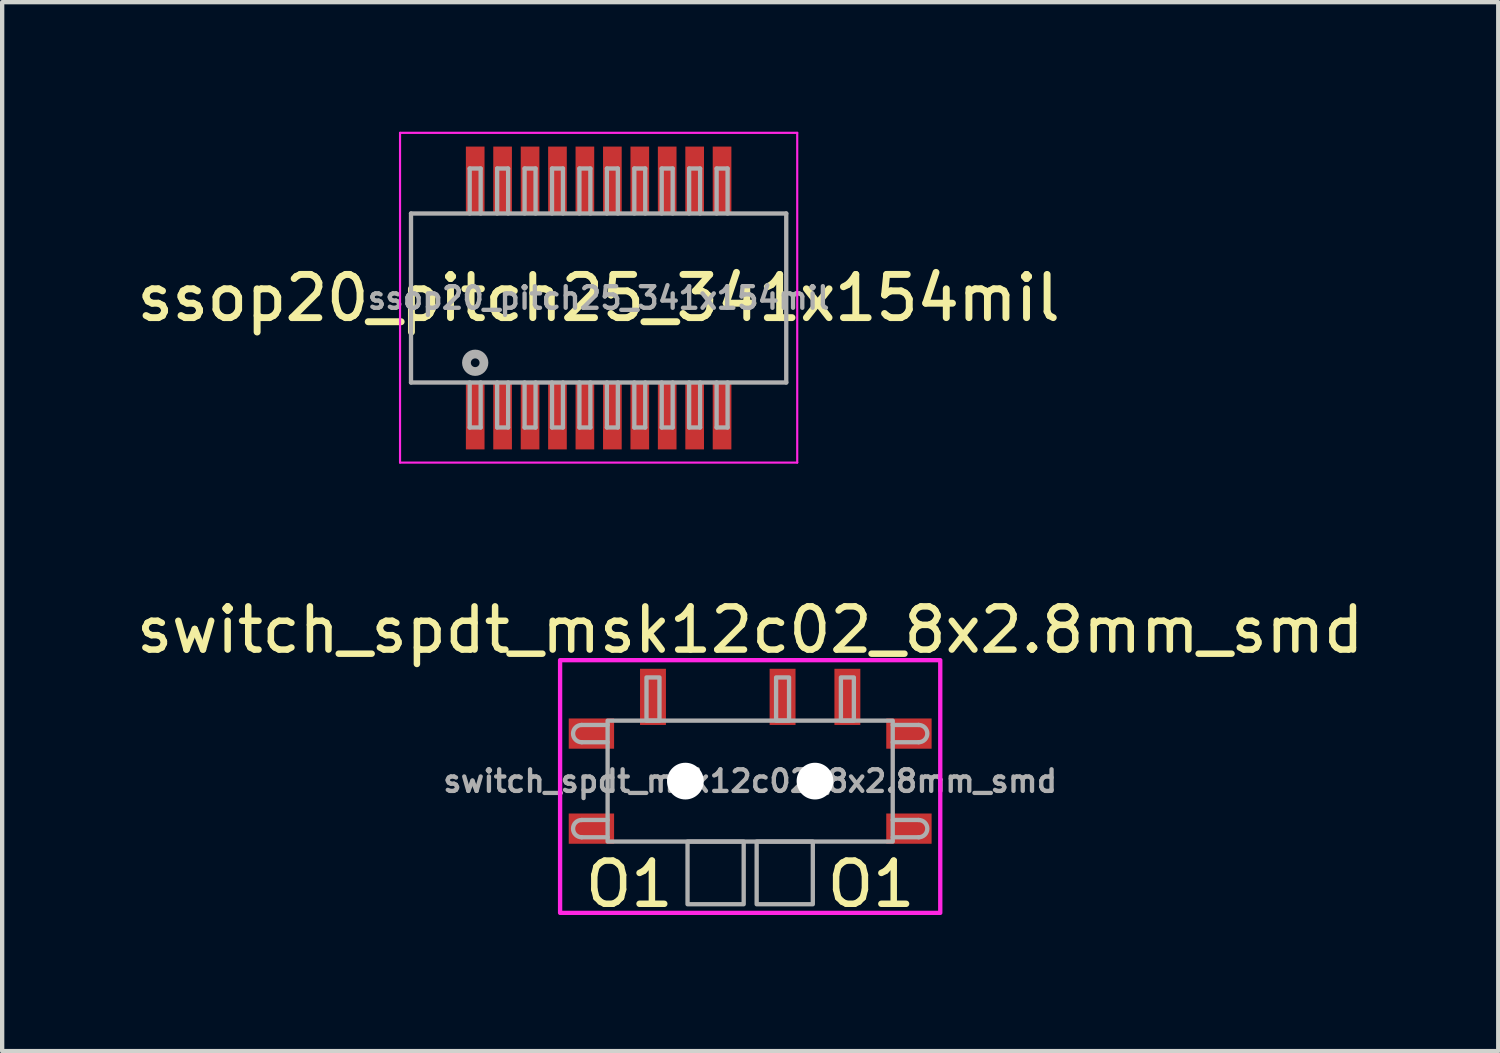
<source format=kicad_pcb>
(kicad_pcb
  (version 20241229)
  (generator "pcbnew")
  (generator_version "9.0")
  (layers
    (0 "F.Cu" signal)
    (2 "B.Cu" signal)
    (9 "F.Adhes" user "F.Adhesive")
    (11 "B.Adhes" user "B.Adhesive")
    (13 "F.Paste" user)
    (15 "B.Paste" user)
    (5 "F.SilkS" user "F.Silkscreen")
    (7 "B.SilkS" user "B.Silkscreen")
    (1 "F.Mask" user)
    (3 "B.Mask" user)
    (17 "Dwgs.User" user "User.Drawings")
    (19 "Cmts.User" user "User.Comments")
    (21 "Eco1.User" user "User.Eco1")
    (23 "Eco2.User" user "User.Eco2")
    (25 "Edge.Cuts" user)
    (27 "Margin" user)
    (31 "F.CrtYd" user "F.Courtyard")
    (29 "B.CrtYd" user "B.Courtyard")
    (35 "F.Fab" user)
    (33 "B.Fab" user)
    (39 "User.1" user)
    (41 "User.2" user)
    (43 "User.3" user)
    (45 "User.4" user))
  (footprint "switch_spdt_msk12c02_8x2.8mm_smd"
    (layer "F.Cu")
    (at 14.315 15.031)
    (property "Reference" "switch_spdt_msk12c02_8x2.8mm_smd" (at 0 -3.5 0) (layer "F.SilkS") (effects (font (size 1 1) (thickness 0.15))))
    (attr smd)
    (fp_rect (start -4.4 -2.8) (end 4.4 3.05) (stroke (width 0.1) (type solid)) (fill no) (layer "F.CrtYd"))
    (fp_line (start -3.9 -1.3) (end -3.3 -1.3) (stroke (width 0.1) (type default)) (layer "F.Fab"))
    (fp_line (start -3.9 -0.9) (end -3.3 -0.9) (stroke (width 0.1) (type default)) (layer "F.Fab"))
    (fp_line (start -3.9 0.9) (end -3.3 0.9) (stroke (width 0.1) (type default)) (layer "F.Fab"))
    (fp_line (start -3.9 1.3) (end -3.3 1.3) (stroke (width 0.1) (type default)) (layer "F.Fab"))
    (fp_line (start 3.9 -1.3) (end 3.3 -1.3) (stroke (width 0.1) (type default)) (layer "F.Fab"))
    (fp_line (start 3.9 -0.9) (end 3.3 -0.9) (stroke (width 0.1) (type default)) (layer "F.Fab"))
    (fp_line (start 3.9 0.9) (end 3.3 0.9) (stroke (width 0.1) (type default)) (layer "F.Fab"))
    (fp_line (start 3.9 1.3) (end 3.3 1.3) (stroke (width 0.1) (type default)) (layer "F.Fab"))
    (fp_rect (start -3.3 -1.4) (end 3.3 1.4) (stroke (width 0.1) (type solid)) (fill no) (layer "F.Fab"))
    (fp_rect (start -2.4 -2.4) (end -2.1 -1.4) (stroke (width 0.1) (type solid)) (fill no) (layer "F.Fab"))
    (fp_rect (start -1.45 1.4) (end -0.15 2.85) (stroke (width 0.1) (type default)) (fill no) (layer "F.Fab"))
    (fp_rect (start 0.15 1.4) (end 1.45 2.85) (stroke (width 0.1) (type default)) (fill no) (layer "F.Fab"))
    (fp_rect (start 0.6 -2.4) (end 0.9 -1.4) (stroke (width 0.1) (type solid)) (fill no) (layer "F.Fab"))
    (fp_rect (start 2.1 -2.4) (end 2.4 -1.4) (stroke (width 0.1) (type solid)) (fill no) (layer "F.Fab"))
    (fp_arc (start -3.9 -0.9) (mid -4.1 -1.1) (end -3.9 -1.3) (stroke (width 0.1) (type default)) (layer "F.Fab"))
    (fp_arc (start -3.9 1.3) (mid -4.1 1.1) (end -3.9 0.9) (stroke (width 0.1) (type default)) (layer "F.Fab"))
    (fp_arc (start 3.9 -1.3) (mid 4.1 -1.1) (end 3.9 -0.9) (stroke (width 0.1) (type default)) (layer "F.Fab"))
    (fp_arc (start 3.9 0.9) (mid 4.1 1.1) (end 3.9 1.3) (stroke (width 0.1) (type default)) (layer "F.Fab"))
    (fp_text user "O1" (at 1.7 1.8 0) (unlocked yes) (layer "F.SilkS") (effects (font (size 1 1) (thickness 0.15)) (justify left top)))
    (fp_text user "O1" (at -1.7 1.8 0) (unlocked yes) (layer "F.SilkS") (effects (font (size 1 1) (thickness 0.15)) (justify right top)))
    (fp_text user "${REFERENCE}" (at 0 0 0) (layer "F.Fab") (effects (font (size 0.5 0.5) (thickness 0.1) (bold yes))))
    (pad "" np_thru_hole circle (at -1.5 0) (size 0.85 0.85) (drill 0.85) (layers "*.Cu" "*.Mask"))
    (pad "" np_thru_hole circle (at 1.5 0) (size 0.85 0.85) (drill 0.85) (layers "*.Cu" "*.Mask"))
    (pad "1" smd rect (at -2.25 -1.95) (size 0.6 1.3) (layers "F.Cu" "F.Mask" "F.Paste"))
    (pad "2" smd rect (at 0.75 -1.95) (size 0.6 1.3) (layers "F.Cu" "F.Mask" "F.Paste"))
    (pad "3" smd rect (at 2.25 -1.95) (size 0.6 1.3) (layers "F.Cu" "F.Mask" "F.Paste"))
    (pad "4" smd rect (at -3.675 -1.1) (size 1.05 0.7) (layers "F.Cu" "F.Mask" "F.Paste"))
    (pad "5" smd rect (at -3.675 1.1) (size 1.05 0.7) (layers "F.Cu" "F.Mask" "F.Paste"))
    (pad "6" smd rect (at 3.675 -1.1) (size 1.05 0.7) (layers "F.Cu" "F.Mask" "F.Paste"))
    (pad "7" smd rect (at 3.675 1.1) (size 1.05 0.7) (layers "F.Cu" "F.Mask" "F.Paste")))
  (footprint "ssop20_pitch25_341x154mil"
    (layer "F.Cu")
    (at 10.807 3.848)
    (property "Reference" "ssop20_pitch25_341x154mil" (at 0 0 0) (layer "F.SilkS") (effects (font (size 1 1) (thickness 0.16))))
    (attr smd)
    (fp_rect (start -3.124 -3.556) (end 3.124 -1.93) (stroke (width 0) (type solid)) (fill yes) (layer "F.Mask"))
    (fp_rect (start -3.124 1.93) (end 3.124 3.556) (stroke (width 0) (type solid)) (fill yes) (layer "F.Mask"))
    (fp_line (start -4.597 -3.823) (end 4.597 -3.823) (stroke (width 0.05) (type solid)) (layer "F.CrtYd"))
    (fp_line (start -4.597 3.81) (end -4.597 -3.823) (stroke (width 0.05) (type solid)) (layer "F.CrtYd"))
    (fp_line (start 4.597 -3.823) (end 4.597 3.81) (stroke (width 0.05) (type solid)) (layer "F.CrtYd"))
    (fp_line (start 4.597 3.81) (end -4.597 3.81) (stroke (width 0.05) (type solid)) (layer "F.CrtYd"))
    (fp_line (start -4.343 -1.956) (end 4.343 -1.956) (stroke (width 0.1) (type solid)) (layer "F.Fab"))
    (fp_line (start -4.343 1.956) (end -4.343 -1.956) (stroke (width 0.1) (type solid)) (layer "F.Fab"))
    (fp_line (start -2.985 -2.997) (end -2.985 -1.956) (stroke (width 0.1) (type solid)) (layer "F.Fab"))
    (fp_line (start -2.985 1.956) (end -2.985 2.997) (stroke (width 0.1) (type solid)) (layer "F.Fab"))
    (fp_line (start -2.985 2.997) (end -2.731 2.997) (stroke (width 0.1) (type solid)) (layer "F.Fab"))
    (fp_line (start -2.731 -2.997) (end -2.985 -2.997) (stroke (width 0.1) (type solid)) (layer "F.Fab"))
    (fp_line (start -2.731 -1.956) (end -2.731 -2.997) (stroke (width 0.1) (type solid)) (layer "F.Fab"))
    (fp_line (start -2.731 2.997) (end -2.731 1.956) (stroke (width 0.1) (type solid)) (layer "F.Fab"))
    (fp_line (start -2.349 -2.997) (end -2.349 -1.956) (stroke (width 0.1) (type solid)) (layer "F.Fab"))
    (fp_line (start -2.349 1.956) (end -2.349 2.997) (stroke (width 0.1) (type solid)) (layer "F.Fab"))
    (fp_line (start -2.349 2.997) (end -2.095 2.997) (stroke (width 0.1) (type solid)) (layer "F.Fab"))
    (fp_line (start -2.095 -2.997) (end -2.349 -2.997) (stroke (width 0.1) (type solid)) (layer "F.Fab"))
    (fp_line (start -2.095 -1.956) (end -2.095 -2.997) (stroke (width 0.1) (type solid)) (layer "F.Fab"))
    (fp_line (start -2.095 2.997) (end -2.095 1.956) (stroke (width 0.1) (type solid)) (layer "F.Fab"))
    (fp_line (start -1.714 -2.997) (end -1.714 -1.956) (stroke (width 0.1) (type solid)) (layer "F.Fab"))
    (fp_line (start -1.714 1.956) (end -1.714 2.997) (stroke (width 0.1) (type solid)) (layer "F.Fab"))
    (fp_line (start -1.714 2.997) (end -1.46 2.997) (stroke (width 0.1) (type solid)) (layer "F.Fab"))
    (fp_line (start -1.46 -2.997) (end -1.714 -2.997) (stroke (width 0.1) (type solid)) (layer "F.Fab"))
    (fp_line (start -1.46 -1.956) (end -1.46 -2.997) (stroke (width 0.1) (type solid)) (layer "F.Fab"))
    (fp_line (start -1.46 2.997) (end -1.46 1.956) (stroke (width 0.1) (type solid)) (layer "F.Fab"))
    (fp_line (start -1.079 -2.997) (end -1.079 -1.956) (stroke (width 0.1) (type solid)) (layer "F.Fab"))
    (fp_line (start -1.079 1.956) (end -1.079 2.997) (stroke (width 0.1) (type solid)) (layer "F.Fab"))
    (fp_line (start -1.079 2.997) (end -0.826 2.997) (stroke (width 0.1) (type solid)) (layer "F.Fab"))
    (fp_line (start -0.826 -2.997) (end -1.079 -2.997) (stroke (width 0.1) (type solid)) (layer "F.Fab"))
    (fp_line (start -0.826 -1.956) (end -0.826 -2.997) (stroke (width 0.1) (type solid)) (layer "F.Fab"))
    (fp_line (start -0.826 2.997) (end -0.826 1.956) (stroke (width 0.1) (type solid)) (layer "F.Fab"))
    (fp_line (start -0.445 -2.997) (end -0.445 -1.956) (stroke (width 0.1) (type solid)) (layer "F.Fab"))
    (fp_line (start -0.445 1.956) (end -0.445 2.997) (stroke (width 0.1) (type solid)) (layer "F.Fab"))
    (fp_line (start -0.445 2.997) (end -0.191 2.997) (stroke (width 0.1) (type solid)) (layer "F.Fab"))
    (fp_line (start -0.191 -2.997) (end -0.445 -2.997) (stroke (width 0.1) (type solid)) (layer "F.Fab"))
    (fp_line (start -0.191 -1.956) (end -0.191 -2.997) (stroke (width 0.1) (type solid)) (layer "F.Fab"))
    (fp_line (start -0.191 2.997) (end -0.191 1.956) (stroke (width 0.1) (type solid)) (layer "F.Fab"))
    (fp_line (start 0.191 -2.997) (end 0.191 -1.956) (stroke (width 0.1) (type solid)) (layer "F.Fab"))
    (fp_line (start 0.191 1.956) (end 0.191 2.997) (stroke (width 0.1) (type solid)) (layer "F.Fab"))
    (fp_line (start 0.191 2.997) (end 0.445 2.997) (stroke (width 0.1) (type solid)) (layer "F.Fab"))
    (fp_line (start 0.445 -2.997) (end 0.191 -2.997) (stroke (width 0.1) (type solid)) (layer "F.Fab"))
    (fp_line (start 0.445 -1.956) (end 0.445 -2.997) (stroke (width 0.1) (type solid)) (layer "F.Fab"))
    (fp_line (start 0.445 2.997) (end 0.445 1.956) (stroke (width 0.1) (type solid)) (layer "F.Fab"))
    (fp_line (start 0.826 -2.997) (end 0.826 -1.956) (stroke (width 0.1) (type solid)) (layer "F.Fab"))
    (fp_line (start 0.826 1.956) (end 0.826 2.997) (stroke (width 0.1) (type solid)) (layer "F.Fab"))
    (fp_line (start 0.826 2.997) (end 1.079 2.997) (stroke (width 0.1) (type solid)) (layer "F.Fab"))
    (fp_line (start 1.079 -2.997) (end 0.826 -2.997) (stroke (width 0.1) (type solid)) (layer "F.Fab"))
    (fp_line (start 1.079 -1.956) (end 1.079 -2.997) (stroke (width 0.1) (type solid)) (layer "F.Fab"))
    (fp_line (start 1.079 2.997) (end 1.079 1.956) (stroke (width 0.1) (type solid)) (layer "F.Fab"))
    (fp_line (start 1.46 -2.997) (end 1.46 -1.956) (stroke (width 0.1) (type solid)) (layer "F.Fab"))
    (fp_line (start 1.46 1.956) (end 1.46 2.997) (stroke (width 0.1) (type solid)) (layer "F.Fab"))
    (fp_line (start 1.46 2.997) (end 1.714 2.997) (stroke (width 0.1) (type solid)) (layer "F.Fab"))
    (fp_line (start 1.714 -2.997) (end 1.46 -2.997) (stroke (width 0.1) (type solid)) (layer "F.Fab"))
    (fp_line (start 1.714 -1.956) (end 1.714 -2.997) (stroke (width 0.1) (type solid)) (layer "F.Fab"))
    (fp_line (start 1.714 2.997) (end 1.714 1.956) (stroke (width 0.1) (type solid)) (layer "F.Fab"))
    (fp_line (start 2.095 -2.997) (end 2.095 -1.956) (stroke (width 0.1) (type solid)) (layer "F.Fab"))
    (fp_line (start 2.095 1.956) (end 2.095 2.997) (stroke (width 0.1) (type solid)) (layer "F.Fab"))
    (fp_line (start 2.095 2.997) (end 2.349 2.997) (stroke (width 0.1) (type solid)) (layer "F.Fab"))
    (fp_line (start 2.349 -2.997) (end 2.095 -2.997) (stroke (width 0.1) (type solid)) (layer "F.Fab"))
    (fp_line (start 2.349 -1.956) (end 2.349 -2.997) (stroke (width 0.1) (type solid)) (layer "F.Fab"))
    (fp_line (start 2.349 2.997) (end 2.349 1.956) (stroke (width 0.1) (type solid)) (layer "F.Fab"))
    (fp_line (start 2.731 -2.997) (end 2.731 -1.956) (stroke (width 0.1) (type solid)) (layer "F.Fab"))
    (fp_line (start 2.731 1.956) (end 2.731 2.997) (stroke (width 0.1) (type solid)) (layer "F.Fab"))
    (fp_line (start 2.731 2.997) (end 2.985 2.997) (stroke (width 0.1) (type solid)) (layer "F.Fab"))
    (fp_line (start 2.985 -2.997) (end 2.731 -2.997) (stroke (width 0.1) (type solid)) (layer "F.Fab"))
    (fp_line (start 2.985 -1.956) (end 2.985 -2.997) (stroke (width 0.1) (type solid)) (layer "F.Fab"))
    (fp_line (start 2.985 2.997) (end 2.985 1.956) (stroke (width 0.1) (type solid)) (layer "F.Fab"))
    (fp_line (start 4.343 -1.956) (end 4.343 1.956) (stroke (width 0.1) (type solid)) (layer "F.Fab"))
    (fp_line (start 4.343 1.956) (end -4.343 1.956) (stroke (width 0.1) (type solid)) (layer "F.Fab"))
    (fp_circle (center -2.857 1.499) (end -2.756 1.499) (stroke (width 0.203) (type solid)) (fill no) (layer "F.Fab"))
    (fp_text user "${REFERENCE}" (at 0 0 0) (layer "F.Fab") (effects (font (size 0.5 0.5) (thickness 0.1))))
    (pad "1" smd rect (at -2.857 2.743) (size 0.432 1.524) (layers "F.Cu" "F.Paste"))
    (pad "2" smd rect (at -2.223 2.743) (size 0.432 1.524) (layers "F.Cu" "F.Paste"))
    (pad "3" smd rect (at -1.587 2.743) (size 0.432 1.524) (layers "F.Cu" "F.Paste"))
    (pad "4" smd rect (at -0.953 2.743) (size 0.432 1.524) (layers "F.Cu" "F.Paste"))
    (pad "5" smd rect (at -0.318 2.743) (size 0.432 1.524) (layers "F.Cu" "F.Paste"))
    (pad "6" smd rect (at 0.318 2.743) (size 0.432 1.524) (layers "F.Cu" "F.Paste"))
    (pad "7" smd rect (at 0.953 2.743) (size 0.432 1.524) (layers "F.Cu" "F.Paste"))
    (pad "8" smd rect (at 1.587 2.743) (size 0.432 1.524) (layers "F.Cu" "F.Paste"))
    (pad "9" smd rect (at 2.223 2.743) (size 0.432 1.524) (layers "F.Cu" "F.Paste"))
    (pad "10" smd rect (at 2.857 2.743) (size 0.432 1.524) (layers "F.Cu" "F.Paste"))
    (pad "11" smd rect (at 2.857 -2.743) (size 0.432 1.524) (layers "F.Cu" "F.Paste"))
    (pad "12" smd rect (at 2.223 -2.743) (size 0.432 1.524) (layers "F.Cu" "F.Paste"))
    (pad "13" smd rect (at 1.587 -2.743) (size 0.432 1.524) (layers "F.Cu" "F.Paste"))
    (pad "14" smd rect (at 0.953 -2.743) (size 0.432 1.524) (layers "F.Cu" "F.Paste"))
    (pad "15" smd rect (at 0.318 -2.743) (size 0.432 1.524) (layers "F.Cu" "F.Paste"))
    (pad "16" smd rect (at -0.318 -2.743) (size 0.432 1.524) (layers "F.Cu" "F.Paste"))
    (pad "17" smd rect (at -0.953 -2.743) (size 0.432 1.524) (layers "F.Cu" "F.Paste"))
    (pad "18" smd rect (at -1.587 -2.743) (size 0.432 1.524) (layers "F.Cu" "F.Paste"))
    (pad "19" smd rect (at -2.223 -2.743) (size 0.432 1.524) (layers "F.Cu" "F.Paste"))
    (pad "20" smd rect (at -2.857 -2.743) (size 0.432 1.524) (layers "F.Cu" "F.Paste")))
  (gr_rect
    (start -3 -3)
    (end 31.631 21.281)
    (stroke (width 0.1) (type default))
    (fill no)
    (layer "Edge.Cuts")))
</source>
